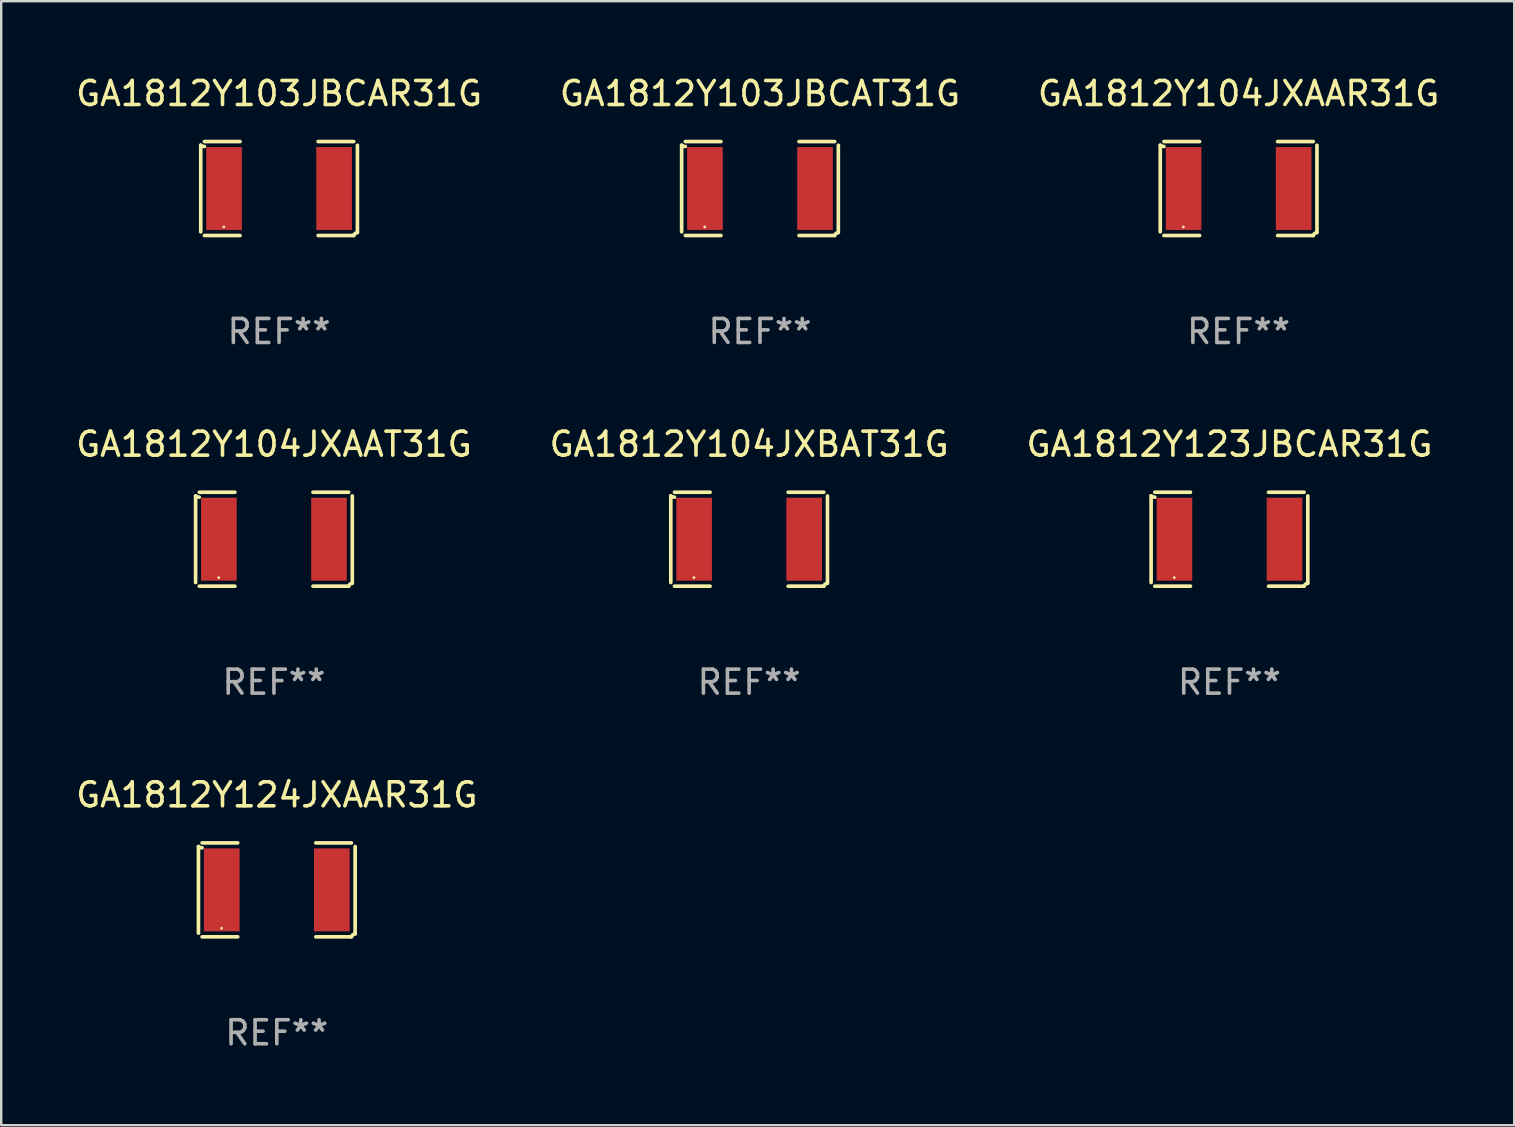
<source format=kicad_pcb>
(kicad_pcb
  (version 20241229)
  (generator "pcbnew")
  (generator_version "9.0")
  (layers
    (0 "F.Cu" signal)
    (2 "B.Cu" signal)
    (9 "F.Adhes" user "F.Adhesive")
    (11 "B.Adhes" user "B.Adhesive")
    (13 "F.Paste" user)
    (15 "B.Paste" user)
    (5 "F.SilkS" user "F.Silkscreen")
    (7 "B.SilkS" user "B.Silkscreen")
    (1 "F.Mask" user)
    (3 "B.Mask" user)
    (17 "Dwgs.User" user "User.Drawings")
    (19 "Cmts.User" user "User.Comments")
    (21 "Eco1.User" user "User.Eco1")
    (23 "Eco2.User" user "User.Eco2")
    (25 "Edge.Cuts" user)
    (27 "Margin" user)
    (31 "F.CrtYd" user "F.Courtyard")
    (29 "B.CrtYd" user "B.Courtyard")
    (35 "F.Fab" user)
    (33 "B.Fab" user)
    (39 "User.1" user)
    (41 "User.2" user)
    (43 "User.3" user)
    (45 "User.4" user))
  (footprint "GA1812Y104JXAAR31G"
    (layer "F.Cu")
    (at 48.554 4.805)
    (property "Reference" "GA1812Y104JXAAR31G" (at 0 -3.957 0) (layer "F.SilkS") (effects (font (size 1 1) (thickness 0.15))))
    (attr through_hole)
    (fp_line (start -3.264 1.804) (end -3.264 -1.804) (stroke (width 0.152) (type solid)) (layer "F.SilkS"))
    (fp_line (start -3.111 -1.957) (end -1.626 -1.957) (stroke (width 0.152) (type solid)) (layer "F.SilkS"))
    (fp_line (start -1.626 1.957) (end -3.111 1.957) (stroke (width 0.152) (type solid)) (layer "F.SilkS"))
    (fp_line (start 1.626 1.957) (end 3.111 1.957) (stroke (width 0.152) (type solid)) (layer "F.SilkS"))
    (fp_line (start 3.111 -1.957) (end 1.626 -1.957) (stroke (width 0.152) (type solid)) (layer "F.SilkS"))
    (fp_line (start 3.264 1.804) (end 3.264 -1.804) (stroke (width 0.152) (type solid)) (layer "F.SilkS"))
    (fp_arc (start -3.111202 -1.752192) (mid -3.191715 -1.76555) (end -3.263602 -1.804191) (stroke (width 0.1524) (type solid)) (layer "F.SilkS"))
    (fp_arc (start 3.111201 1.956591) (mid 3.167789 1.872777) (end 3.263602 1.840424) (stroke (width 0.1524) (type solid)) (layer "F.SilkS"))
    (fp_circle (center -2.3 1.6) (end -2.27 1.6) (stroke (width 0.06) (type solid)) (fill no) (layer "F.SilkS"))
    (fp_text user "REF**" (at 0 5.957 0) (layer "F.Fab") (effects (font (size 1 1) (thickness 0.15))))
    (pad "1" smd rect (at -2.293 0) (size 1.485 3.456) (layers "F.Cu" "F.Mask" "F.Paste"))
    (pad "2" smd rect (at 2.293 0) (size 1.485 3.456) (layers "F.Cu" "F.Mask" "F.Paste")))
  (footprint "GA1812Y104JXBAT31G"
    (layer "F.Cu")
    (at 28.161 19.415)
    (property "Reference" "GA1812Y104JXBAT31G" (at 0 -3.957 0) (layer "F.SilkS") (effects (font (size 1 1) (thickness 0.15))))
    (attr through_hole)
    (fp_line (start -3.264 1.804) (end -3.264 -1.804) (stroke (width 0.152) (type solid)) (layer "F.SilkS"))
    (fp_line (start -3.111 -1.957) (end -1.626 -1.957) (stroke (width 0.152) (type solid)) (layer "F.SilkS"))
    (fp_line (start -1.626 1.957) (end -3.111 1.957) (stroke (width 0.152) (type solid)) (layer "F.SilkS"))
    (fp_line (start 1.626 1.957) (end 3.111 1.957) (stroke (width 0.152) (type solid)) (layer "F.SilkS"))
    (fp_line (start 3.111 -1.957) (end 1.626 -1.957) (stroke (width 0.152) (type solid)) (layer "F.SilkS"))
    (fp_line (start 3.264 1.804) (end 3.264 -1.804) (stroke (width 0.152) (type solid)) (layer "F.SilkS"))
    (fp_arc (start -3.111202 -1.752192) (mid -3.191715 -1.76555) (end -3.263602 -1.804191) (stroke (width 0.1524) (type solid)) (layer "F.SilkS"))
    (fp_arc (start 3.111201 1.956591) (mid 3.167789 1.872777) (end 3.263602 1.840424) (stroke (width 0.1524) (type solid)) (layer "F.SilkS"))
    (fp_circle (center -2.3 1.6) (end -2.27 1.6) (stroke (width 0.06) (type solid)) (fill no) (layer "F.SilkS"))
    (fp_text user "REF**" (at 0 5.957 0) (layer "F.Fab") (effects (font (size 1 1) (thickness 0.15))))
    (pad "1" smd rect (at -2.293 0) (size 1.485 3.456) (layers "F.Cu" "F.Mask" "F.Paste"))
    (pad "2" smd rect (at 2.293 0) (size 1.485 3.456) (layers "F.Cu" "F.Mask" "F.Paste")))
  (footprint "GA1812Y103JBCAR31G"
    (layer "F.Cu")
    (at 8.577 4.805)
    (property "Reference" "GA1812Y103JBCAR31G" (at 0 -3.957 0) (layer "F.SilkS") (effects (font (size 1 1) (thickness 0.15))))
    (attr through_hole)
    (fp_line (start -3.264 1.804) (end -3.264 -1.804) (stroke (width 0.152) (type solid)) (layer "F.SilkS"))
    (fp_line (start -3.111 -1.957) (end -1.626 -1.957) (stroke (width 0.152) (type solid)) (layer "F.SilkS"))
    (fp_line (start -1.626 1.957) (end -3.111 1.957) (stroke (width 0.152) (type solid)) (layer "F.SilkS"))
    (fp_line (start 1.626 1.957) (end 3.111 1.957) (stroke (width 0.152) (type solid)) (layer "F.SilkS"))
    (fp_line (start 3.111 -1.957) (end 1.626 -1.957) (stroke (width 0.152) (type solid)) (layer "F.SilkS"))
    (fp_line (start 3.264 1.804) (end 3.264 -1.804) (stroke (width 0.152) (type solid)) (layer "F.SilkS"))
    (fp_arc (start -3.111202 -1.752192) (mid -3.191715 -1.76555) (end -3.263602 -1.804191) (stroke (width 0.1524) (type solid)) (layer "F.SilkS"))
    (fp_arc (start 3.111201 1.956591) (mid 3.167789 1.872777) (end 3.263602 1.840424) (stroke (width 0.1524) (type solid)) (layer "F.SilkS"))
    (fp_circle (center -2.3 1.6) (end -2.27 1.6) (stroke (width 0.06) (type solid)) (fill no) (layer "F.SilkS"))
    (fp_text user "REF**" (at 0 5.957 0) (layer "F.Fab") (effects (font (size 1 1) (thickness 0.15))))
    (pad "1" smd rect (at -2.293 0) (size 1.485 3.456) (layers "F.Cu" "F.Mask" "F.Paste"))
    (pad "2" smd rect (at 2.293 0) (size 1.485 3.456) (layers "F.Cu" "F.Mask" "F.Paste")))
  (footprint "GA1812Y103JBCAT31G"
    (layer "F.Cu")
    (at 28.613 4.805)
    (property "Reference" "GA1812Y103JBCAT31G" (at 0 -3.957 0) (layer "F.SilkS") (effects (font (size 1 1) (thickness 0.15))))
    (attr through_hole)
    (fp_line (start -3.264 1.804) (end -3.264 -1.804) (stroke (width 0.152) (type solid)) (layer "F.SilkS"))
    (fp_line (start -3.111 -1.957) (end -1.626 -1.957) (stroke (width 0.152) (type solid)) (layer "F.SilkS"))
    (fp_line (start -1.626 1.957) (end -3.111 1.957) (stroke (width 0.152) (type solid)) (layer "F.SilkS"))
    (fp_line (start 1.626 1.957) (end 3.111 1.957) (stroke (width 0.152) (type solid)) (layer "F.SilkS"))
    (fp_line (start 3.111 -1.957) (end 1.626 -1.957) (stroke (width 0.152) (type solid)) (layer "F.SilkS"))
    (fp_line (start 3.264 1.804) (end 3.264 -1.804) (stroke (width 0.152) (type solid)) (layer "F.SilkS"))
    (fp_arc (start -3.111202 -1.752192) (mid -3.191715 -1.76555) (end -3.263602 -1.804191) (stroke (width 0.1524) (type solid)) (layer "F.SilkS"))
    (fp_arc (start 3.111201 1.956591) (mid 3.167789 1.872777) (end 3.263602 1.840424) (stroke (width 0.1524) (type solid)) (layer "F.SilkS"))
    (fp_circle (center -2.3 1.6) (end -2.27 1.6) (stroke (width 0.06) (type solid)) (fill no) (layer "F.SilkS"))
    (fp_text user "REF**" (at 0 5.957 0) (layer "F.Fab") (effects (font (size 1 1) (thickness 0.15))))
    (pad "1" smd rect (at -2.293 0) (size 1.485 3.456) (layers "F.Cu" "F.Mask" "F.Paste"))
    (pad "2" smd rect (at 2.293 0) (size 1.485 3.456) (layers "F.Cu" "F.Mask" "F.Paste")))
  (footprint "GA1812Y124JXAAR31G"
    (layer "F.Cu")
    (at 8.482 34.024)
    (property "Reference" "GA1812Y124JXAAR31G" (at 0 -3.957 0) (layer "F.SilkS") (effects (font (size 1 1) (thickness 0.15))))
    (attr through_hole)
    (fp_line (start -3.264 1.804) (end -3.264 -1.804) (stroke (width 0.152) (type solid)) (layer "F.SilkS"))
    (fp_line (start -3.111 -1.957) (end -1.626 -1.957) (stroke (width 0.152) (type solid)) (layer "F.SilkS"))
    (fp_line (start -1.626 1.957) (end -3.111 1.957) (stroke (width 0.152) (type solid)) (layer "F.SilkS"))
    (fp_line (start 1.626 1.957) (end 3.111 1.957) (stroke (width 0.152) (type solid)) (layer "F.SilkS"))
    (fp_line (start 3.111 -1.957) (end 1.626 -1.957) (stroke (width 0.152) (type solid)) (layer "F.SilkS"))
    (fp_line (start 3.264 1.804) (end 3.264 -1.804) (stroke (width 0.152) (type solid)) (layer "F.SilkS"))
    (fp_arc (start -3.111202 -1.752192) (mid -3.191715 -1.76555) (end -3.263602 -1.804191) (stroke (width 0.1524) (type solid)) (layer "F.SilkS"))
    (fp_arc (start 3.111201 1.956591) (mid 3.167789 1.872777) (end 3.263602 1.840424) (stroke (width 0.1524) (type solid)) (layer "F.SilkS"))
    (fp_circle (center -2.3 1.6) (end -2.27 1.6) (stroke (width 0.06) (type solid)) (fill no) (layer "F.SilkS"))
    (fp_text user "REF**" (at 0 5.957 0) (layer "F.Fab") (effects (font (size 1 1) (thickness 0.15))))
    (pad "1" smd rect (at -2.293 0) (size 1.485 3.456) (layers "F.Cu" "F.Mask" "F.Paste"))
    (pad "2" smd rect (at 2.293 0) (size 1.485 3.456) (layers "F.Cu" "F.Mask" "F.Paste")))
  (footprint "GA1812Y123JBCAR31G"
    (layer "F.Cu")
    (at 48.173 19.415)
    (property "Reference" "GA1812Y123JBCAR31G" (at 0 -3.957 0) (layer "F.SilkS") (effects (font (size 1 1) (thickness 0.15))))
    (attr through_hole)
    (fp_line (start -3.264 1.804) (end -3.264 -1.804) (stroke (width 0.152) (type solid)) (layer "F.SilkS"))
    (fp_line (start -3.111 -1.957) (end -1.626 -1.957) (stroke (width 0.152) (type solid)) (layer "F.SilkS"))
    (fp_line (start -1.626 1.957) (end -3.111 1.957) (stroke (width 0.152) (type solid)) (layer "F.SilkS"))
    (fp_line (start 1.626 1.957) (end 3.111 1.957) (stroke (width 0.152) (type solid)) (layer "F.SilkS"))
    (fp_line (start 3.111 -1.957) (end 1.626 -1.957) (stroke (width 0.152) (type solid)) (layer "F.SilkS"))
    (fp_line (start 3.264 1.804) (end 3.264 -1.804) (stroke (width 0.152) (type solid)) (layer "F.SilkS"))
    (fp_arc (start -3.111202 -1.752192) (mid -3.191715 -1.76555) (end -3.263602 -1.804191) (stroke (width 0.1524) (type solid)) (layer "F.SilkS"))
    (fp_arc (start 3.111201 1.956591) (mid 3.167789 1.872777) (end 3.263602 1.840424) (stroke (width 0.1524) (type solid)) (layer "F.SilkS"))
    (fp_circle (center -2.3 1.6) (end -2.27 1.6) (stroke (width 0.06) (type solid)) (fill no) (layer "F.SilkS"))
    (fp_text user "REF**" (at 0 5.957 0) (layer "F.Fab") (effects (font (size 1 1) (thickness 0.15))))
    (pad "1" smd rect (at -2.293 0) (size 1.485 3.456) (layers "F.Cu" "F.Mask" "F.Paste"))
    (pad "2" smd rect (at 2.293 0) (size 1.485 3.456) (layers "F.Cu" "F.Mask" "F.Paste")))
  (footprint "GA1812Y104JXAAT31G"
    (layer "F.Cu")
    (at 8.363 19.415)
    (property "Reference" "GA1812Y104JXAAT31G" (at 0 -3.957 0) (layer "F.SilkS") (effects (font (size 1 1) (thickness 0.15))))
    (attr through_hole)
    (fp_line (start -3.264 1.804) (end -3.264 -1.804) (stroke (width 0.152) (type solid)) (layer "F.SilkS"))
    (fp_line (start -3.111 -1.957) (end -1.626 -1.957) (stroke (width 0.152) (type solid)) (layer "F.SilkS"))
    (fp_line (start -1.626 1.957) (end -3.111 1.957) (stroke (width 0.152) (type solid)) (layer "F.SilkS"))
    (fp_line (start 1.626 1.957) (end 3.111 1.957) (stroke (width 0.152) (type solid)) (layer "F.SilkS"))
    (fp_line (start 3.111 -1.957) (end 1.626 -1.957) (stroke (width 0.152) (type solid)) (layer "F.SilkS"))
    (fp_line (start 3.264 1.804) (end 3.264 -1.804) (stroke (width 0.152) (type solid)) (layer "F.SilkS"))
    (fp_arc (start -3.111202 -1.752192) (mid -3.191715 -1.76555) (end -3.263602 -1.804191) (stroke (width 0.1524) (type solid)) (layer "F.SilkS"))
    (fp_arc (start 3.111201 1.956591) (mid 3.167789 1.872777) (end 3.263602 1.840424) (stroke (width 0.1524) (type solid)) (layer "F.SilkS"))
    (fp_circle (center -2.3 1.6) (end -2.27 1.6) (stroke (width 0.06) (type solid)) (fill no) (layer "F.SilkS"))
    (fp_text user "REF**" (at 0 5.957 0) (layer "F.Fab") (effects (font (size 1 1) (thickness 0.15))))
    (pad "1" smd rect (at -2.293 0) (size 1.485 3.456) (layers "F.Cu" "F.Mask" "F.Paste"))
    (pad "2" smd rect (at 2.293 0) (size 1.485 3.456) (layers "F.Cu" "F.Mask" "F.Paste")))
  (gr_rect
    (start -3 -3)
    (end 60.036 43.829)
    (stroke (width 0.1) (type default))
    (fill no)
    (layer "Edge.Cuts")))
</source>
